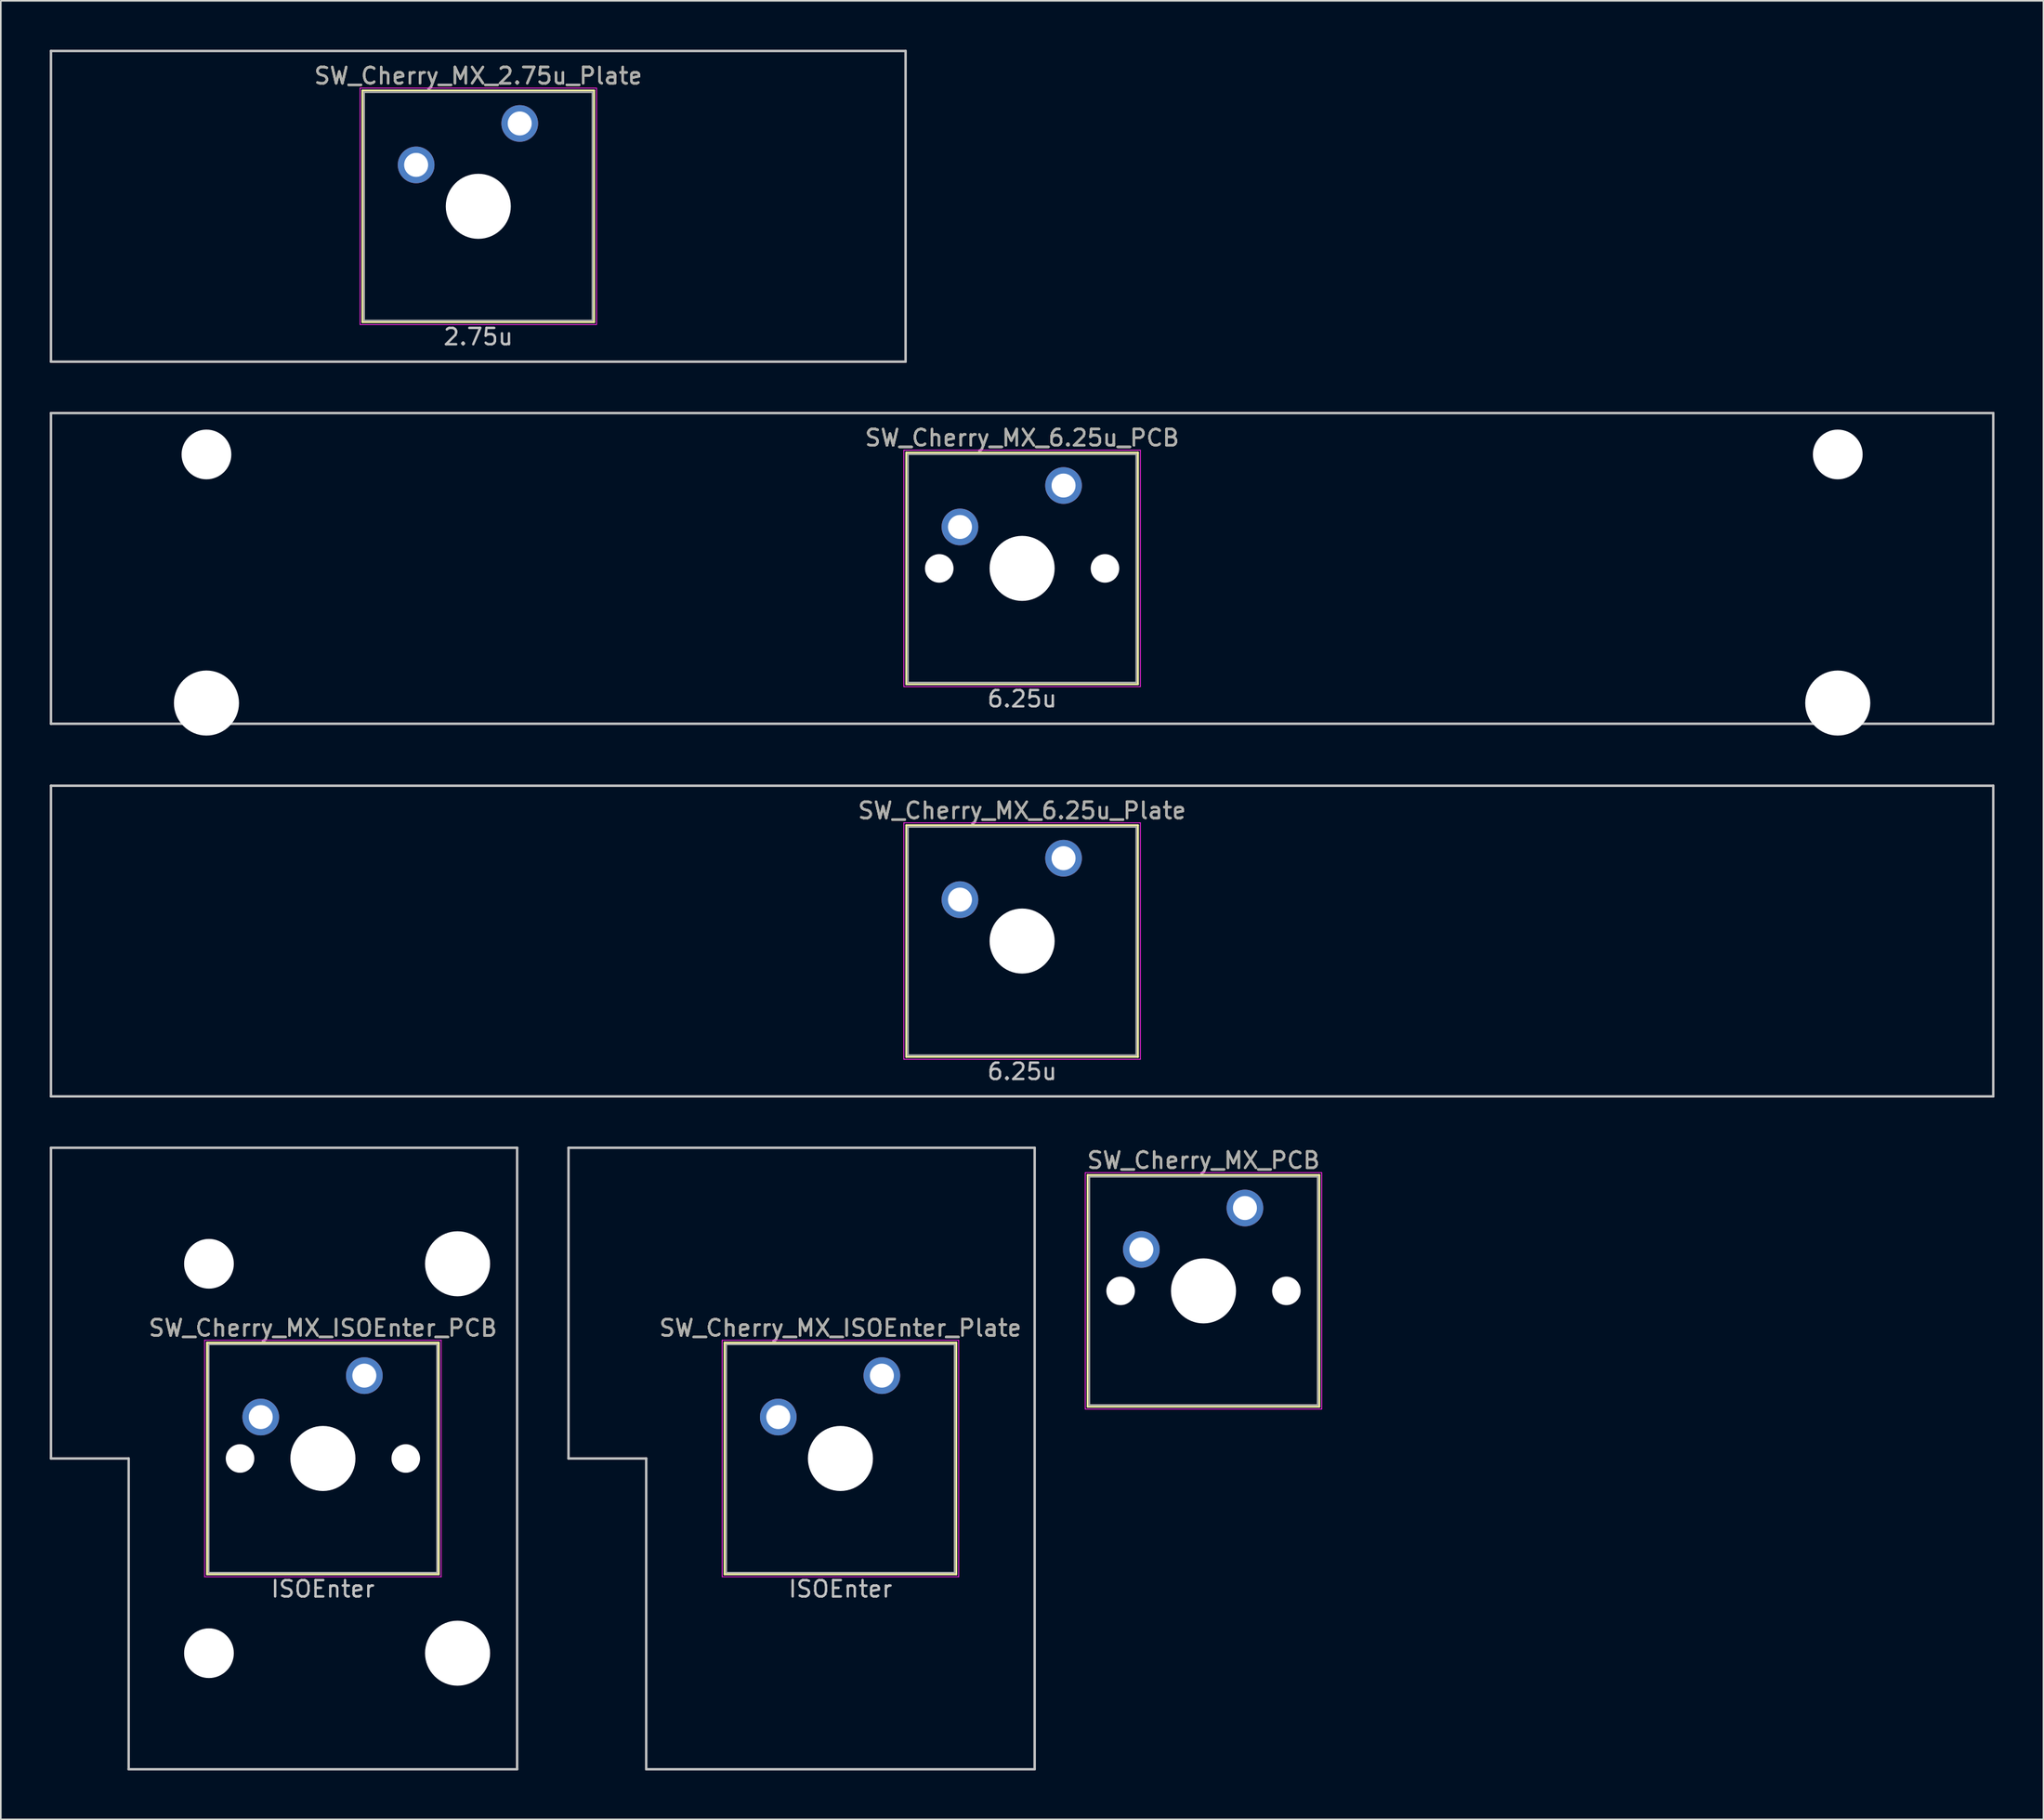
<source format=kicad_pcb>
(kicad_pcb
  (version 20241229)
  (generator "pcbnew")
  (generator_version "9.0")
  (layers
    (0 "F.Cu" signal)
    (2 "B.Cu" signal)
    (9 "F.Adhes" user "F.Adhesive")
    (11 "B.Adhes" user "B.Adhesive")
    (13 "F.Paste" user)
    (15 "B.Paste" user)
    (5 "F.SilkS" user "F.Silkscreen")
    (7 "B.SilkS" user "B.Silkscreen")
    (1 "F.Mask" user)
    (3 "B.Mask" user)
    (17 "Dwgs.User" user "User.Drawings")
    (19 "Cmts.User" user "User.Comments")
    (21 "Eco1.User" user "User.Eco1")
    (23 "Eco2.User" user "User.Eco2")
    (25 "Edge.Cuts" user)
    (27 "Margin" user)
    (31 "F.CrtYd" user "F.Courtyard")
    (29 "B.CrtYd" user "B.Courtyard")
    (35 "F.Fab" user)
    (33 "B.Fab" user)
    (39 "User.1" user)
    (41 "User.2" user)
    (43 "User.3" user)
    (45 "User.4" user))
  (footprint "SW_Cherry_MX_ISOEnter_PCB"
    (layer "F.Cu")
    (at 16.744 86.374)
    (property "Reference" "SW_Cherry_MX_ISOEnter_PCB" (at 0 -8 0) (layer "F.SilkS") (effects (font (size 1 1) (thickness 0.15))))
    (attr through_hole)
    (fp_line (start -7.1 -7.1) (end 7.1 -7.1) (stroke (width 0.12) (type solid)) (layer "F.SilkS"))
    (fp_line (start -7.1 7.1) (end -7.1 -7.1) (stroke (width 0.12) (type solid)) (layer "F.SilkS"))
    (fp_line (start 7.1 -7.1) (end 7.1 7.1) (stroke (width 0.12) (type solid)) (layer "F.SilkS"))
    (fp_line (start 7.1 7.1) (end -7.1 7.1) (stroke (width 0.12) (type solid)) (layer "F.SilkS"))
    (fp_line (start -16.669 -19.05) (end -16.669 0) (stroke (width 0.15) (type solid)) (layer "Dwgs.User"))
    (fp_line (start -16.669 -19.05) (end 11.906 -19.05) (stroke (width 0.15) (type solid)) (layer "Dwgs.User"))
    (fp_line (start -11.906 0) (end -16.669 0) (stroke (width 0.15) (type solid)) (layer "Dwgs.User"))
    (fp_line (start -11.906 19.05) (end -11.906 0) (stroke (width 0.15) (type solid)) (layer "Dwgs.User"))
    (fp_line (start -11.906 19.05) (end 11.906 19.05) (stroke (width 0.15) (type solid)) (layer "Dwgs.User"))
    (fp_line (start 11.906 -19.05) (end 11.906 19.05) (stroke (width 0.15) (type solid)) (layer "Dwgs.User"))
    (fp_line (start -7.25 -7.25) (end 7.25 -7.25) (stroke (width 0.05) (type solid)) (layer "F.CrtYd"))
    (fp_line (start -7.25 7.25) (end -7.25 -7.25) (stroke (width 0.05) (type solid)) (layer "F.CrtYd"))
    (fp_line (start 7.25 -7.25) (end 7.25 7.25) (stroke (width 0.05) (type solid)) (layer "F.CrtYd"))
    (fp_line (start 7.25 7.25) (end -7.25 7.25) (stroke (width 0.05) (type solid)) (layer "F.CrtYd"))
    (fp_line (start -7 -7) (end 7 -7) (stroke (width 0.1) (type solid)) (layer "F.Fab"))
    (fp_line (start -7 7) (end -7 -7) (stroke (width 0.1) (type solid)) (layer "F.Fab"))
    (fp_line (start 7 -7) (end 7 7) (stroke (width 0.1) (type solid)) (layer "F.Fab"))
    (fp_line (start 7 7) (end -7 7) (stroke (width 0.1) (type solid)) (layer "F.Fab"))
    (fp_text user "ISOEnter" (at 0 8 0) (layer "Dwgs.User") (effects (font (size 1 1) (thickness 0.15))))
    (fp_text user "${REFERENCE}" (at 0 -8 0) (layer "F.Fab") (effects (font (size 1 1) (thickness 0.15))))
    (pad "" np_thru_hole circle (at -6.985 -11.938) (size 3.048 3.048) (drill 3.048) (layers "*.Cu" "*.Mask"))
    (pad "" np_thru_hole circle (at -6.985 11.938) (size 3.048 3.048) (drill 3.048) (layers "*.Cu" "*.Mask"))
    (pad "" np_thru_hole circle (at -5.08 0 48.1) (size 1.75 1.75) (drill 1.75) (layers "*.Cu" "*.Mask"))
    (pad "" np_thru_hole circle (at 0 0) (size 3.988 3.988) (drill 3.988) (layers "*.Cu" "*.Mask"))
    (pad "" np_thru_hole circle (at 5.08 0 48.1) (size 1.75 1.75) (drill 1.75) (layers "*.Cu" "*.Mask"))
    (pad "" np_thru_hole circle (at 8.255 -11.938) (size 3.988 3.988) (drill 3.988) (layers "*.Cu" "*.Mask"))
    (pad "" np_thru_hole circle (at 8.255 11.938) (size 3.988 3.988) (drill 3.988) (layers "*.Cu" "*.Mask"))
    (pad "1" thru_hole circle (at -3.81 -2.54) (size 2.25 2.25) (drill 1.47) (layers "*.Cu" "B.Mask"))
    (pad "2" thru_hole circle (at 2.54 -5.08) (size 2.25 2.25) (drill 1.47) (layers "*.Cu" "B.Mask")))
  (footprint "SW_Cherry_MX_2.75u_Plate"
    (layer "F.Cu")
    (at 26.269 9.6)
    (property "Reference" "SW_Cherry_MX_2.75u_Plate" (at 0 -8 0) (layer "F.SilkS") (effects (font (size 1 1) (thickness 0.15))))
    (attr through_hole)
    (fp_line (start -7.1 -7.1) (end 7.1 -7.1) (stroke (width 0.12) (type solid)) (layer "F.SilkS"))
    (fp_line (start -7.1 7.1) (end -7.1 -7.1) (stroke (width 0.12) (type solid)) (layer "F.SilkS"))
    (fp_line (start 7.1 -7.1) (end 7.1 7.1) (stroke (width 0.12) (type solid)) (layer "F.SilkS"))
    (fp_line (start 7.1 7.1) (end -7.1 7.1) (stroke (width 0.12) (type solid)) (layer "F.SilkS"))
    (fp_line (start -26.194 -9.525) (end 26.194 -9.525) (stroke (width 0.15) (type solid)) (layer "Dwgs.User"))
    (fp_line (start -26.194 9.525) (end -26.194 -9.525) (stroke (width 0.15) (type solid)) (layer "Dwgs.User"))
    (fp_line (start -26.194 9.525) (end 26.194 9.525) (stroke (width 0.15) (type solid)) (layer "Dwgs.User"))
    (fp_line (start 26.194 -9.525) (end 26.194 9.525) (stroke (width 0.15) (type solid)) (layer "Dwgs.User"))
    (fp_line (start -7.25 -7.25) (end 7.25 -7.25) (stroke (width 0.05) (type solid)) (layer "F.CrtYd"))
    (fp_line (start -7.25 7.25) (end -7.25 -7.25) (stroke (width 0.05) (type solid)) (layer "F.CrtYd"))
    (fp_line (start 7.25 -7.25) (end 7.25 7.25) (stroke (width 0.05) (type solid)) (layer "F.CrtYd"))
    (fp_line (start 7.25 7.25) (end -7.25 7.25) (stroke (width 0.05) (type solid)) (layer "F.CrtYd"))
    (fp_line (start -7 -7) (end 7 -7) (stroke (width 0.1) (type solid)) (layer "F.Fab"))
    (fp_line (start -7 7) (end -7 -7) (stroke (width 0.1) (type solid)) (layer "F.Fab"))
    (fp_line (start 7 -7) (end 7 7) (stroke (width 0.1) (type solid)) (layer "F.Fab"))
    (fp_line (start 7 7) (end -7 7) (stroke (width 0.1) (type solid)) (layer "F.Fab"))
    (fp_text user "2.75u" (at 0 8 0) (layer "Dwgs.User") (effects (font (size 1 1) (thickness 0.15))))
    (fp_text user "${REFERENCE}" (at 0 -8 0) (layer "F.Fab") (effects (font (size 1 1) (thickness 0.15))))
    (pad "" np_thru_hole circle (at 0 0) (size 3.988 3.988) (drill 3.988) (layers "*.Cu" "*.Mask"))
    (pad "1" thru_hole circle (at -3.81 -2.54) (size 2.25 2.25) (drill 1.47) (layers "*.Cu" "B.Mask"))
    (pad "2" thru_hole circle (at 2.54 -5.08) (size 2.25 2.25) (drill 1.47) (layers "*.Cu" "B.Mask")))
  (footprint "SW_Cherry_MX_6.25u_PCB"
    (layer "F.Cu")
    (at 59.606 31.8)
    (property "Reference" "SW_Cherry_MX_6.25u_PCB" (at 0 -8 0) (layer "F.SilkS") (effects (font (size 1 1) (thickness 0.15))))
    (attr through_hole)
    (fp_line (start -7.1 -7.1) (end 7.1 -7.1) (stroke (width 0.12) (type solid)) (layer "F.SilkS"))
    (fp_line (start -7.1 7.1) (end -7.1 -7.1) (stroke (width 0.12) (type solid)) (layer "F.SilkS"))
    (fp_line (start 7.1 -7.1) (end 7.1 7.1) (stroke (width 0.12) (type solid)) (layer "F.SilkS"))
    (fp_line (start 7.1 7.1) (end -7.1 7.1) (stroke (width 0.12) (type solid)) (layer "F.SilkS"))
    (fp_line (start -59.531 -9.525) (end 59.531 -9.525) (stroke (width 0.15) (type solid)) (layer "Dwgs.User"))
    (fp_line (start -59.531 9.525) (end -59.531 -9.525) (stroke (width 0.15) (type solid)) (layer "Dwgs.User"))
    (fp_line (start -59.531 9.525) (end 59.531 9.525) (stroke (width 0.15) (type solid)) (layer "Dwgs.User"))
    (fp_line (start 59.531 -9.525) (end 59.531 9.525) (stroke (width 0.15) (type solid)) (layer "Dwgs.User"))
    (fp_line (start -7.25 -7.25) (end 7.25 -7.25) (stroke (width 0.05) (type solid)) (layer "F.CrtYd"))
    (fp_line (start -7.25 7.25) (end -7.25 -7.25) (stroke (width 0.05) (type solid)) (layer "F.CrtYd"))
    (fp_line (start 7.25 -7.25) (end 7.25 7.25) (stroke (width 0.05) (type solid)) (layer "F.CrtYd"))
    (fp_line (start 7.25 7.25) (end -7.25 7.25) (stroke (width 0.05) (type solid)) (layer "F.CrtYd"))
    (fp_line (start -7 -7) (end 7 -7) (stroke (width 0.1) (type solid)) (layer "F.Fab"))
    (fp_line (start -7 7) (end -7 -7) (stroke (width 0.1) (type solid)) (layer "F.Fab"))
    (fp_line (start 7 -7) (end 7 7) (stroke (width 0.1) (type solid)) (layer "F.Fab"))
    (fp_line (start 7 7) (end -7 7) (stroke (width 0.1) (type solid)) (layer "F.Fab"))
    (fp_text user "6.25u" (at 0 8 0) (layer "Dwgs.User") (effects (font (size 1 1) (thickness 0.15))))
    (fp_text user "${REFERENCE}" (at 0 -8 0) (layer "F.Fab") (effects (font (size 1 1) (thickness 0.15))))
    (pad "" np_thru_hole circle (at -50 -6.985) (size 3.048 3.048) (drill 3.048) (layers "*.Cu" "*.Mask"))
    (pad "" np_thru_hole circle (at -50 8.255) (size 3.988 3.988) (drill 3.988) (layers "*.Cu" "*.Mask"))
    (pad "" np_thru_hole circle (at -5.08 0 48.1) (size 1.75 1.75) (drill 1.75) (layers "*.Cu" "*.Mask"))
    (pad "" np_thru_hole circle (at 0 0) (size 3.988 3.988) (drill 3.988) (layers "*.Cu" "*.Mask"))
    (pad "" np_thru_hole circle (at 5.08 0 48.1) (size 1.75 1.75) (drill 1.75) (layers "*.Cu" "*.Mask"))
    (pad "" np_thru_hole circle (at 50 -6.985) (size 3.048 3.048) (drill 3.048) (layers "*.Cu" "*.Mask"))
    (pad "" np_thru_hole circle (at 50 8.255) (size 3.988 3.988) (drill 3.988) (layers "*.Cu" "*.Mask"))
    (pad "1" thru_hole circle (at -3.81 -2.54) (size 2.25 2.25) (drill 1.47) (layers "*.Cu" "B.Mask"))
    (pad "2" thru_hole circle (at 2.54 -5.08) (size 2.25 2.25) (drill 1.47) (layers "*.Cu" "B.Mask")))
  (footprint "SW_Cherry_MX_PCB"
    (layer "F.Cu")
    (at 70.725 76.097)
    (property "Reference" "SW_Cherry_MX_PCB" (at 0 -8 0) (layer "F.SilkS") (effects (font (size 1 1) (thickness 0.15))))
    (attr through_hole)
    (fp_line (start -7.1 -7.1) (end 7.1 -7.1) (stroke (width 0.12) (type solid)) (layer "F.SilkS"))
    (fp_line (start -7.1 7.1) (end -7.1 -7.1) (stroke (width 0.12) (type solid)) (layer "F.SilkS"))
    (fp_line (start 7.1 -7.1) (end 7.1 7.1) (stroke (width 0.12) (type solid)) (layer "F.SilkS"))
    (fp_line (start 7.1 7.1) (end -7.1 7.1) (stroke (width 0.12) (type solid)) (layer "F.SilkS"))
    (fp_line (start -7.25 -7.25) (end 7.25 -7.25) (stroke (width 0.05) (type solid)) (layer "F.CrtYd"))
    (fp_line (start -7.25 7.25) (end -7.25 -7.25) (stroke (width 0.05) (type solid)) (layer "F.CrtYd"))
    (fp_line (start 7.25 -7.25) (end 7.25 7.25) (stroke (width 0.05) (type solid)) (layer "F.CrtYd"))
    (fp_line (start 7.25 7.25) (end -7.25 7.25) (stroke (width 0.05) (type solid)) (layer "F.CrtYd"))
    (fp_line (start -7 -7) (end 7 -7) (stroke (width 0.1) (type solid)) (layer "F.Fab"))
    (fp_line (start -7 7) (end -7 -7) (stroke (width 0.1) (type solid)) (layer "F.Fab"))
    (fp_line (start 7 -7) (end 7 7) (stroke (width 0.1) (type solid)) (layer "F.Fab"))
    (fp_line (start 7 7) (end -7 7) (stroke (width 0.1) (type solid)) (layer "F.Fab"))
    (fp_text user "${REFERENCE}" (at 0 -8 0) (layer "F.Fab") (effects (font (size 1 1) (thickness 0.15))))
    (pad "" np_thru_hole circle (at -5.08 0 48.1) (size 1.75 1.75) (drill 1.75) (layers "*.Cu" "*.Mask"))
    (pad "" np_thru_hole circle (at 0 0) (size 3.988 3.988) (drill 3.988) (layers "*.Cu" "*.Mask"))
    (pad "" np_thru_hole circle (at 5.08 0 48.1) (size 1.75 1.75) (drill 1.75) (layers "*.Cu" "*.Mask"))
    (pad "1" thru_hole circle (at -3.81 -2.54) (size 2.25 2.25) (drill 1.47) (layers "*.Cu" "B.Mask"))
    (pad "2" thru_hole circle (at 2.54 -5.08) (size 2.25 2.25) (drill 1.47) (layers "*.Cu" "B.Mask")))
  (footprint "SW_Cherry_MX_ISOEnter_Plate"
    (layer "F.Cu")
    (at 48.469 86.374)
    (property "Reference" "SW_Cherry_MX_ISOEnter_Plate" (at 0 -8 0) (layer "F.SilkS") (effects (font (size 1 1) (thickness 0.15))))
    (attr through_hole)
    (fp_line (start -7.1 -7.1) (end 7.1 -7.1) (stroke (width 0.12) (type solid)) (layer "F.SilkS"))
    (fp_line (start -7.1 7.1) (end -7.1 -7.1) (stroke (width 0.12) (type solid)) (layer "F.SilkS"))
    (fp_line (start 7.1 -7.1) (end 7.1 7.1) (stroke (width 0.12) (type solid)) (layer "F.SilkS"))
    (fp_line (start 7.1 7.1) (end -7.1 7.1) (stroke (width 0.12) (type solid)) (layer "F.SilkS"))
    (fp_line (start -16.669 -19.05) (end -16.669 0) (stroke (width 0.15) (type solid)) (layer "Dwgs.User"))
    (fp_line (start -16.669 -19.05) (end 11.906 -19.05) (stroke (width 0.15) (type solid)) (layer "Dwgs.User"))
    (fp_line (start -11.906 0) (end -16.669 0) (stroke (width 0.15) (type solid)) (layer "Dwgs.User"))
    (fp_line (start -11.906 19.05) (end -11.906 0) (stroke (width 0.15) (type solid)) (layer "Dwgs.User"))
    (fp_line (start -11.906 19.05) (end 11.906 19.05) (stroke (width 0.15) (type solid)) (layer "Dwgs.User"))
    (fp_line (start 11.906 -19.05) (end 11.906 19.05) (stroke (width 0.15) (type solid)) (layer "Dwgs.User"))
    (fp_line (start -7.25 -7.25) (end 7.25 -7.25) (stroke (width 0.05) (type solid)) (layer "F.CrtYd"))
    (fp_line (start -7.25 7.25) (end -7.25 -7.25) (stroke (width 0.05) (type solid)) (layer "F.CrtYd"))
    (fp_line (start 7.25 -7.25) (end 7.25 7.25) (stroke (width 0.05) (type solid)) (layer "F.CrtYd"))
    (fp_line (start 7.25 7.25) (end -7.25 7.25) (stroke (width 0.05) (type solid)) (layer "F.CrtYd"))
    (fp_line (start -7 -7) (end 7 -7) (stroke (width 0.1) (type solid)) (layer "F.Fab"))
    (fp_line (start -7 7) (end -7 -7) (stroke (width 0.1) (type solid)) (layer "F.Fab"))
    (fp_line (start 7 -7) (end 7 7) (stroke (width 0.1) (type solid)) (layer "F.Fab"))
    (fp_line (start 7 7) (end -7 7) (stroke (width 0.1) (type solid)) (layer "F.Fab"))
    (fp_text user "ISOEnter" (at 0 8 0) (layer "Dwgs.User") (effects (font (size 1 1) (thickness 0.15))))
    (fp_text user "${REFERENCE}" (at 0 -8 0) (layer "F.Fab") (effects (font (size 1 1) (thickness 0.15))))
    (pad "" np_thru_hole circle (at 0 0) (size 3.988 3.988) (drill 3.988) (layers "*.Cu" "*.Mask"))
    (pad "1" thru_hole circle (at -3.81 -2.54) (size 2.25 2.25) (drill 1.47) (layers "*.Cu" "B.Mask"))
    (pad "2" thru_hole circle (at 2.54 -5.08) (size 2.25 2.25) (drill 1.47) (layers "*.Cu" "B.Mask")))
  (footprint "SW_Cherry_MX_6.25u_Plate"
    (layer "F.Cu")
    (at 59.606 54.649)
    (property "Reference" "SW_Cherry_MX_6.25u_Plate" (at 0 -8 0) (layer "F.SilkS") (effects (font (size 1 1) (thickness 0.15))))
    (attr through_hole)
    (fp_line (start -7.1 -7.1) (end 7.1 -7.1) (stroke (width 0.12) (type solid)) (layer "F.SilkS"))
    (fp_line (start -7.1 7.1) (end -7.1 -7.1) (stroke (width 0.12) (type solid)) (layer "F.SilkS"))
    (fp_line (start 7.1 -7.1) (end 7.1 7.1) (stroke (width 0.12) (type solid)) (layer "F.SilkS"))
    (fp_line (start 7.1 7.1) (end -7.1 7.1) (stroke (width 0.12) (type solid)) (layer "F.SilkS"))
    (fp_line (start -59.531 -9.525) (end 59.531 -9.525) (stroke (width 0.15) (type solid)) (layer "Dwgs.User"))
    (fp_line (start -59.531 9.525) (end -59.531 -9.525) (stroke (width 0.15) (type solid)) (layer "Dwgs.User"))
    (fp_line (start -59.531 9.525) (end 59.531 9.525) (stroke (width 0.15) (type solid)) (layer "Dwgs.User"))
    (fp_line (start 59.531 -9.525) (end 59.531 9.525) (stroke (width 0.15) (type solid)) (layer "Dwgs.User"))
    (fp_line (start -7.25 -7.25) (end 7.25 -7.25) (stroke (width 0.05) (type solid)) (layer "F.CrtYd"))
    (fp_line (start -7.25 7.25) (end -7.25 -7.25) (stroke (width 0.05) (type solid)) (layer "F.CrtYd"))
    (fp_line (start 7.25 -7.25) (end 7.25 7.25) (stroke (width 0.05) (type solid)) (layer "F.CrtYd"))
    (fp_line (start 7.25 7.25) (end -7.25 7.25) (stroke (width 0.05) (type solid)) (layer "F.CrtYd"))
    (fp_line (start -7 -7) (end 7 -7) (stroke (width 0.1) (type solid)) (layer "F.Fab"))
    (fp_line (start -7 7) (end -7 -7) (stroke (width 0.1) (type solid)) (layer "F.Fab"))
    (fp_line (start 7 -7) (end 7 7) (stroke (width 0.1) (type solid)) (layer "F.Fab"))
    (fp_line (start 7 7) (end -7 7) (stroke (width 0.1) (type solid)) (layer "F.Fab"))
    (fp_text user "6.25u" (at 0 8 0) (layer "Dwgs.User") (effects (font (size 1 1) (thickness 0.15))))
    (fp_text user "${REFERENCE}" (at 0 -8 0) (layer "F.Fab") (effects (font (size 1 1) (thickness 0.15))))
    (pad "" np_thru_hole circle (at 0 0) (size 3.988 3.988) (drill 3.988) (layers "*.Cu" "*.Mask"))
    (pad "1" thru_hole circle (at -3.81 -2.54) (size 2.25 2.25) (drill 1.47) (layers "*.Cu" "B.Mask"))
    (pad "2" thru_hole circle (at 2.54 -5.08) (size 2.25 2.25) (drill 1.47) (layers "*.Cu" "B.Mask")))
  (gr_rect
    (start -3 -3)
    (end 122.213 108.499)
    (stroke (width 0.1) (type default))
    (fill no)
    (layer "Edge.Cuts")))
</source>
